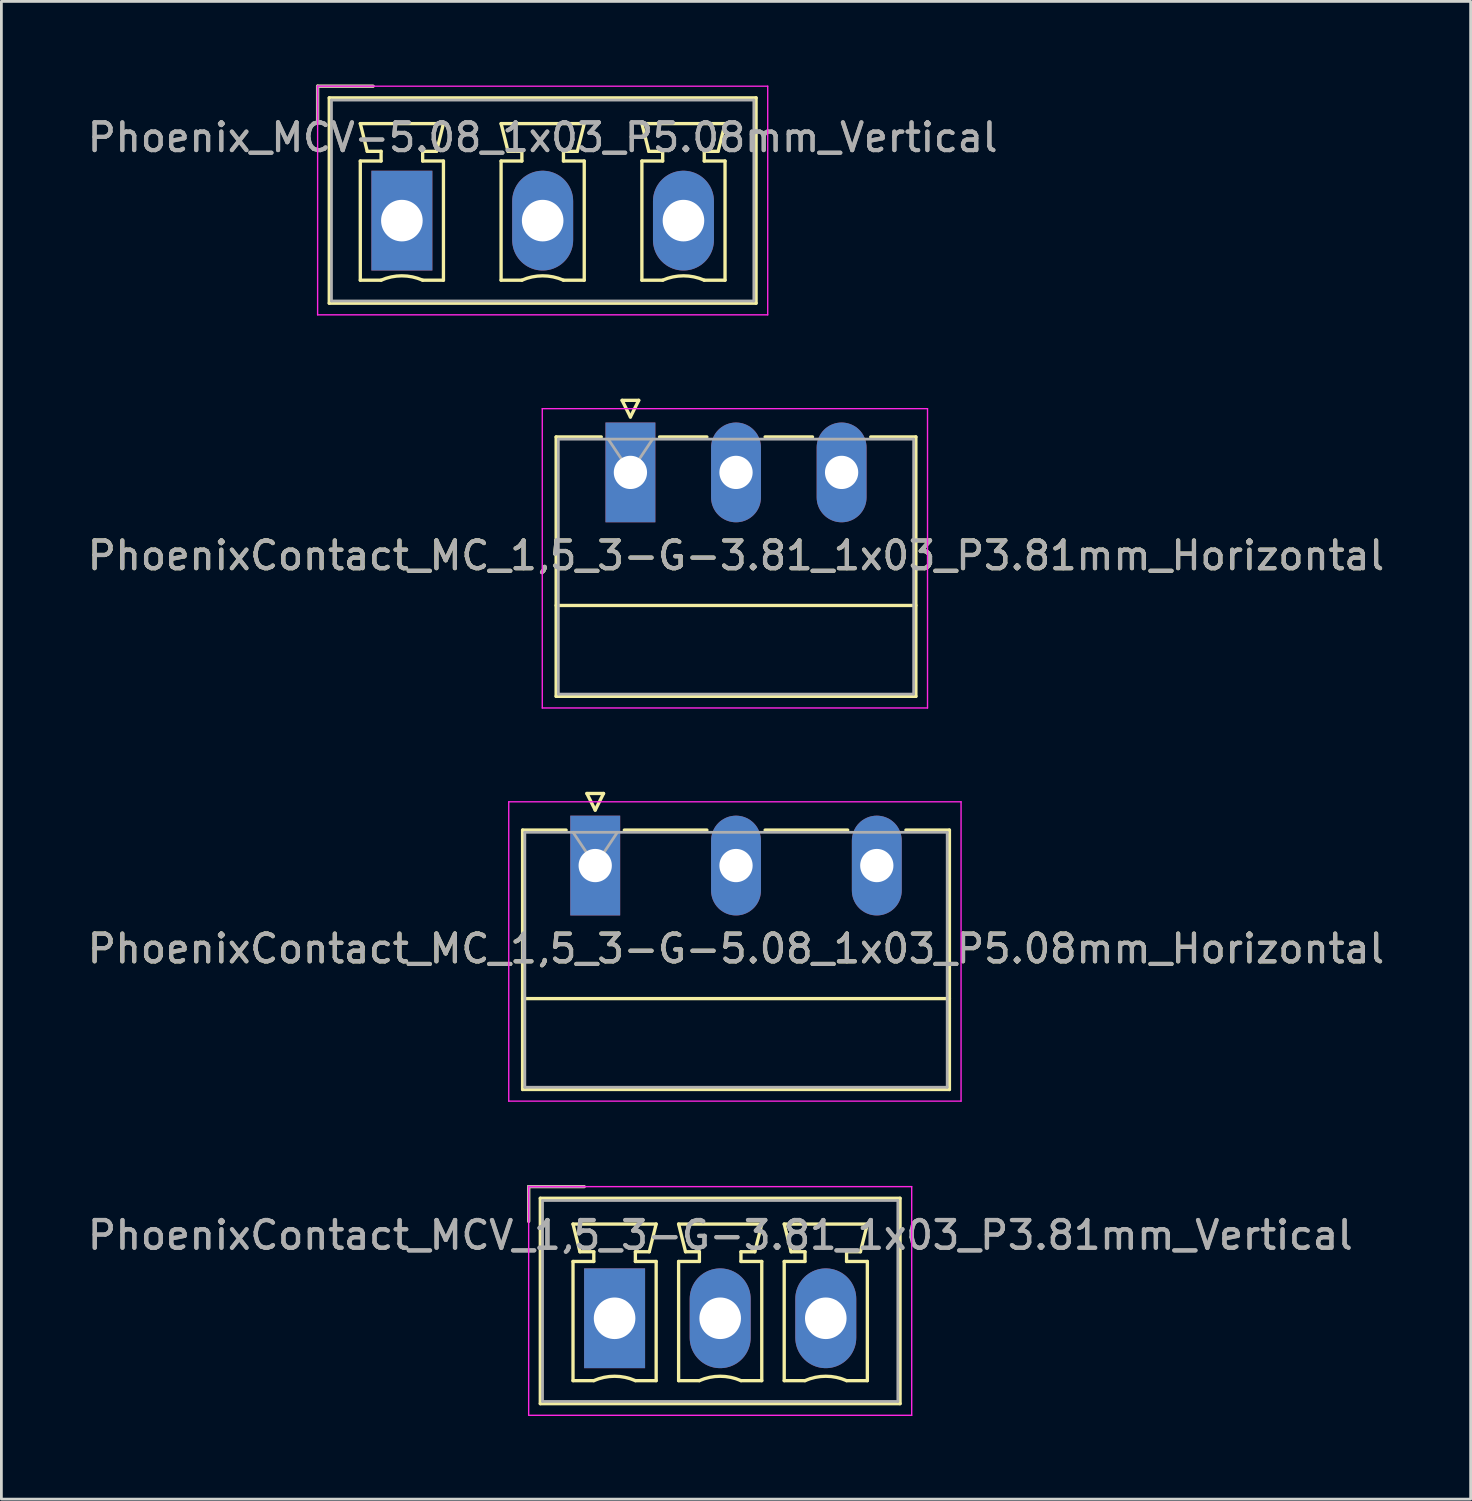
<source format=kicad_pcb>
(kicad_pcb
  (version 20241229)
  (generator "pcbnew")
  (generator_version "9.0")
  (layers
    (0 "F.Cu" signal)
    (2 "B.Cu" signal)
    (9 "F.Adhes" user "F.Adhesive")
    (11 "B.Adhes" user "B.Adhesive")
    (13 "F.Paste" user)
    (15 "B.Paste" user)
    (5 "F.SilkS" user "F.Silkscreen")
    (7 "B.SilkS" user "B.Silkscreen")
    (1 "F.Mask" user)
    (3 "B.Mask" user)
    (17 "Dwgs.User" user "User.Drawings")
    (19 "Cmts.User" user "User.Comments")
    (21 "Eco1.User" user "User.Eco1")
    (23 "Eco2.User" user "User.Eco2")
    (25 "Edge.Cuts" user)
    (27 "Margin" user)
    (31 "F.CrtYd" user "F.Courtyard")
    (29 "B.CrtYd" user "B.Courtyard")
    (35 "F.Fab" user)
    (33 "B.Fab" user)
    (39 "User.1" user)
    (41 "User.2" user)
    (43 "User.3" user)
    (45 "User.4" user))
  (footprint "PhoenixContact_MCV_1,5_3-G-3.81_1x03_P3.81mm_Vertical"
    (layer "F.Cu")
    (at 19.125 44.515)
    (property "Reference" "PhoenixContact_MCV_1,5_3-G-3.81_1x03_P3.81mm_Vertical" (at 3.82 -3 0) (layer "F.Fab") (effects (font (size 1 1) (thickness 0.15))))
    (attr through_hole)
    (fp_line (start -3.1 -4.75) (end -1.1 -4.75) (stroke (width 0.12) (type solid)) (layer "F.SilkS"))
    (fp_line (start -3.1 -3.5) (end -3.1 -4.75) (stroke (width 0.12) (type solid)) (layer "F.SilkS"))
    (fp_line (start -2.68 -4.33) (end -2.68 3.08) (stroke (width 0.12) (type solid)) (layer "F.SilkS"))
    (fp_line (start -2.68 3.08) (end 10.3 3.08) (stroke (width 0.12) (type solid)) (layer "F.SilkS"))
    (fp_line (start -1.5 -3.4) (end 1.5 -3.4) (stroke (width 0.12) (type solid)) (layer "F.SilkS"))
    (fp_line (start -1.5 -2.05) (end -0.75 -2.05) (stroke (width 0.12) (type solid)) (layer "F.SilkS"))
    (fp_line (start -1.5 2.25) (end -1.5 -2.05) (stroke (width 0.12) (type solid)) (layer "F.SilkS"))
    (fp_line (start -1.25 -2.4) (end -1.5 -3.4) (stroke (width 0.12) (type solid)) (layer "F.SilkS"))
    (fp_line (start -0.75 -2.4) (end -1.25 -2.4) (stroke (width 0.12) (type solid)) (layer "F.SilkS"))
    (fp_line (start -0.75 -2.05) (end -0.75 -2.4) (stroke (width 0.12) (type solid)) (layer "F.SilkS"))
    (fp_line (start -0.75 2.25) (end -1.5 2.25) (stroke (width 0.12) (type solid)) (layer "F.SilkS"))
    (fp_line (start 0.75 -2.4) (end 0.75 -2.05) (stroke (width 0.12) (type solid)) (layer "F.SilkS"))
    (fp_line (start 0.75 -2.05) (end 1.5 -2.05) (stroke (width 0.12) (type solid)) (layer "F.SilkS"))
    (fp_line (start 1.25 -2.4) (end 0.75 -2.4) (stroke (width 0.12) (type solid)) (layer "F.SilkS"))
    (fp_line (start 1.5 -3.4) (end 1.25 -2.4) (stroke (width 0.12) (type solid)) (layer "F.SilkS"))
    (fp_line (start 1.5 -2.05) (end 1.5 2.25) (stroke (width 0.12) (type solid)) (layer "F.SilkS"))
    (fp_line (start 1.5 2.25) (end 0.75 2.25) (stroke (width 0.12) (type solid)) (layer "F.SilkS"))
    (fp_line (start 2.31 -3.4) (end 5.31 -3.4) (stroke (width 0.12) (type solid)) (layer "F.SilkS"))
    (fp_line (start 2.31 -2.05) (end 3.06 -2.05) (stroke (width 0.12) (type solid)) (layer "F.SilkS"))
    (fp_line (start 2.31 2.25) (end 2.31 -2.05) (stroke (width 0.12) (type solid)) (layer "F.SilkS"))
    (fp_line (start 2.56 -2.4) (end 2.31 -3.4) (stroke (width 0.12) (type solid)) (layer "F.SilkS"))
    (fp_line (start 3.06 -2.4) (end 2.56 -2.4) (stroke (width 0.12) (type solid)) (layer "F.SilkS"))
    (fp_line (start 3.06 -2.05) (end 3.06 -2.4) (stroke (width 0.12) (type solid)) (layer "F.SilkS"))
    (fp_line (start 3.06 2.25) (end 2.31 2.25) (stroke (width 0.12) (type solid)) (layer "F.SilkS"))
    (fp_line (start 4.56 -2.4) (end 4.56 -2.05) (stroke (width 0.12) (type solid)) (layer "F.SilkS"))
    (fp_line (start 4.56 -2.05) (end 5.31 -2.05) (stroke (width 0.12) (type solid)) (layer "F.SilkS"))
    (fp_line (start 5.06 -2.4) (end 4.56 -2.4) (stroke (width 0.12) (type solid)) (layer "F.SilkS"))
    (fp_line (start 5.31 -3.4) (end 5.06 -2.4) (stroke (width 0.12) (type solid)) (layer "F.SilkS"))
    (fp_line (start 5.31 -2.05) (end 5.31 2.25) (stroke (width 0.12) (type solid)) (layer "F.SilkS"))
    (fp_line (start 5.31 2.25) (end 4.56 2.25) (stroke (width 0.12) (type solid)) (layer "F.SilkS"))
    (fp_line (start 6.12 -3.4) (end 9.12 -3.4) (stroke (width 0.12) (type solid)) (layer "F.SilkS"))
    (fp_line (start 6.12 -2.05) (end 6.87 -2.05) (stroke (width 0.12) (type solid)) (layer "F.SilkS"))
    (fp_line (start 6.12 2.25) (end 6.12 -2.05) (stroke (width 0.12) (type solid)) (layer "F.SilkS"))
    (fp_line (start 6.37 -2.4) (end 6.12 -3.4) (stroke (width 0.12) (type solid)) (layer "F.SilkS"))
    (fp_line (start 6.87 -2.4) (end 6.37 -2.4) (stroke (width 0.12) (type solid)) (layer "F.SilkS"))
    (fp_line (start 6.87 -2.05) (end 6.87 -2.4) (stroke (width 0.12) (type solid)) (layer "F.SilkS"))
    (fp_line (start 6.87 2.25) (end 6.12 2.25) (stroke (width 0.12) (type solid)) (layer "F.SilkS"))
    (fp_line (start 8.37 -2.4) (end 8.37 -2.05) (stroke (width 0.12) (type solid)) (layer "F.SilkS"))
    (fp_line (start 8.37 -2.05) (end 9.12 -2.05) (stroke (width 0.12) (type solid)) (layer "F.SilkS"))
    (fp_line (start 8.87 -2.4) (end 8.37 -2.4) (stroke (width 0.12) (type solid)) (layer "F.SilkS"))
    (fp_line (start 9.12 -3.4) (end 8.87 -2.4) (stroke (width 0.12) (type solid)) (layer "F.SilkS"))
    (fp_line (start 9.12 -2.05) (end 9.12 2.25) (stroke (width 0.12) (type solid)) (layer "F.SilkS"))
    (fp_line (start 9.12 2.25) (end 8.37 2.25) (stroke (width 0.12) (type solid)) (layer "F.SilkS"))
    (fp_line (start 10.3 -4.33) (end -2.68 -4.33) (stroke (width 0.12) (type solid)) (layer "F.SilkS"))
    (fp_line (start 10.3 3.08) (end 10.3 -4.33) (stroke (width 0.12) (type solid)) (layer "F.SilkS"))
    (fp_arc (start -0.75 2.25) (mid -0.000193 2.09191) (end 0.749647 2.249844) (stroke (width 0.12) (type solid)) (layer "F.SilkS"))
    (fp_arc (start 3.06 2.25) (mid 3.809807 2.09191) (end 4.559647 2.249844) (stroke (width 0.12) (type solid)) (layer "F.SilkS"))
    (fp_arc (start 6.87 2.25) (mid 7.619807 2.09191) (end 8.369647 2.249844) (stroke (width 0.12) (type solid)) (layer "F.SilkS"))
    (fp_line (start -3.1 -4.75) (end -3.1 3.5) (stroke (width 0.05) (type solid)) (layer "F.CrtYd"))
    (fp_line (start -3.1 3.5) (end 10.72 3.5) (stroke (width 0.05) (type solid)) (layer "F.CrtYd"))
    (fp_line (start 10.72 -4.75) (end -3.1 -4.75) (stroke (width 0.05) (type solid)) (layer "F.CrtYd"))
    (fp_line (start 10.72 3.5) (end 10.72 -4.75) (stroke (width 0.05) (type solid)) (layer "F.CrtYd"))
    (fp_line (start -3.1 -4.75) (end -1.1 -4.75) (stroke (width 0.1) (type solid)) (layer "F.Fab"))
    (fp_line (start -3.1 -3.5) (end -3.1 -4.75) (stroke (width 0.1) (type solid)) (layer "F.Fab"))
    (fp_line (start -2.6 -4.25) (end -2.6 3) (stroke (width 0.1) (type solid)) (layer "F.Fab"))
    (fp_line (start -2.6 3) (end 10.22 3) (stroke (width 0.1) (type solid)) (layer "F.Fab"))
    (fp_line (start 10.22 -4.25) (end -2.6 -4.25) (stroke (width 0.1) (type solid)) (layer "F.Fab"))
    (fp_line (start 10.22 3) (end 10.22 -4.25) (stroke (width 0.1) (type solid)) (layer "F.Fab"))
    (fp_text user "${REFERENCE}" (at 3.81 -3 0) (layer "F.Fab") (effects (font (size 1 1) (thickness 0.15))))
    (pad "1" thru_hole rect (at 0 0) (size 2.2 3.6) (drill 1.5) (layers "*.Cu" "*.Mask"))
    (pad "2" thru_hole oval (at 3.81 0) (size 2.2 3.6) (drill 1.5) (layers "*.Cu" "*.Mask"))
    (pad "3" thru_hole oval (at 7.62 0) (size 2.2 3.6) (drill 1.5) (layers "*.Cu" "*.Mask")))
  (footprint "PhoenixContact_MC_1,5_3-G-3.81_1x03_P3.81mm_Horizontal"
    (layer "F.Cu")
    (at 19.696 13.995)
    (property "Reference" "PhoenixContact_MC_1,5_3-G-3.81_1x03_P3.81mm_Horizontal" (at 3.81 3 0) (layer "F.SilkS") (effects (font (size 1 1) (thickness 0.15))))
    (attr through_hole)
    (fp_line (start -2.68 -1.28) (end -2.68 8.08) (stroke (width 0.12) (type solid)) (layer "F.SilkS"))
    (fp_line (start -2.68 -1.28) (end -1.05 -1.28) (stroke (width 0.12) (type solid)) (layer "F.SilkS"))
    (fp_line (start -2.68 4.8) (end 10.3 4.8) (stroke (width 0.12) (type solid)) (layer "F.SilkS"))
    (fp_line (start -2.68 8.08) (end 10.3 8.08) (stroke (width 0.12) (type solid)) (layer "F.SilkS"))
    (fp_line (start -0.3 -2.6) (end 0.3 -2.6) (stroke (width 0.12) (type solid)) (layer "F.SilkS"))
    (fp_line (start 0 -2) (end -0.3 -2.6) (stroke (width 0.12) (type solid)) (layer "F.SilkS"))
    (fp_line (start 0.3 -2.6) (end 0 -2) (stroke (width 0.12) (type solid)) (layer "F.SilkS"))
    (fp_line (start 1.05 -1.28) (end 2.76 -1.28) (stroke (width 0.12) (type solid)) (layer "F.SilkS"))
    (fp_line (start 4.86 -1.28) (end 6.57 -1.28) (stroke (width 0.12) (type solid)) (layer "F.SilkS"))
    (fp_line (start 10.3 -1.28) (end 8.67 -1.28) (stroke (width 0.12) (type solid)) (layer "F.SilkS"))
    (fp_line (start 10.3 8.08) (end 10.3 -1.28) (stroke (width 0.12) (type solid)) (layer "F.SilkS"))
    (fp_line (start -3.18 -2.3) (end -3.18 8.5) (stroke (width 0.05) (type solid)) (layer "F.CrtYd"))
    (fp_line (start -3.18 8.5) (end 10.72 8.5) (stroke (width 0.05) (type solid)) (layer "F.CrtYd"))
    (fp_line (start 10.72 -2.3) (end -3.18 -2.3) (stroke (width 0.05) (type solid)) (layer "F.CrtYd"))
    (fp_line (start 10.72 8.5) (end 10.72 -2.3) (stroke (width 0.05) (type solid)) (layer "F.CrtYd"))
    (fp_line (start -2.6 -1.2) (end -2.6 8) (stroke (width 0.1) (type solid)) (layer "F.Fab"))
    (fp_line (start -2.6 8) (end 10.22 8) (stroke (width 0.1) (type solid)) (layer "F.Fab"))
    (fp_line (start 0 0) (end -0.8 -1.2) (stroke (width 0.1) (type solid)) (layer "F.Fab"))
    (fp_line (start 0.8 -1.2) (end 0 0) (stroke (width 0.1) (type solid)) (layer "F.Fab"))
    (fp_line (start 10.22 -1.2) (end -2.6 -1.2) (stroke (width 0.1) (type solid)) (layer "F.Fab"))
    (fp_line (start 10.22 8) (end 10.22 -1.2) (stroke (width 0.1) (type solid)) (layer "F.Fab"))
    (fp_text user "${REFERENCE}" (at 3.81 3 0) (layer "F.Fab") (effects (font (size 1 1) (thickness 0.15))))
    (pad "1" thru_hole rect (at 0 0) (size 1.8 3.6) (drill 1.2) (layers "*.Cu" "*.Mask"))
    (pad "2" thru_hole oval (at 3.81 0) (size 1.8 3.6) (drill 1.2) (layers "*.Cu" "*.Mask"))
    (pad "3" thru_hole oval (at 7.62 0) (size 1.8 3.6) (drill 1.2) (layers "*.Cu" "*.Mask")))
  (footprint "PhoenixContact_MC_1,5_3-G-5.08_1x03_P5.08mm_Horizontal"
    (layer "F.Cu")
    (at 18.426 28.18)
    (property "Reference" "PhoenixContact_MC_1,5_3-G-5.08_1x03_P5.08mm_Horizontal" (at 5.08 3 0) (layer "F.SilkS") (effects (font (size 1 1) (thickness 0.15))))
    (attr through_hole)
    (fp_line (start -2.62 -1.28) (end -2.62 8.08) (stroke (width 0.12) (type solid)) (layer "F.SilkS"))
    (fp_line (start -2.62 -1.28) (end -1.05 -1.28) (stroke (width 0.12) (type solid)) (layer "F.SilkS"))
    (fp_line (start -2.62 4.8) (end 12.78 4.8) (stroke (width 0.12) (type solid)) (layer "F.SilkS"))
    (fp_line (start -2.62 8.08) (end 12.78 8.08) (stroke (width 0.12) (type solid)) (layer "F.SilkS"))
    (fp_line (start -0.3 -2.6) (end 0.3 -2.6) (stroke (width 0.12) (type solid)) (layer "F.SilkS"))
    (fp_line (start 0 -2) (end -0.3 -2.6) (stroke (width 0.12) (type solid)) (layer "F.SilkS"))
    (fp_line (start 0.3 -2.6) (end 0 -2) (stroke (width 0.12) (type solid)) (layer "F.SilkS"))
    (fp_line (start 1.05 -1.28) (end 4.03 -1.28) (stroke (width 0.12) (type solid)) (layer "F.SilkS"))
    (fp_line (start 6.13 -1.28) (end 9.11 -1.28) (stroke (width 0.12) (type solid)) (layer "F.SilkS"))
    (fp_line (start 12.78 -1.28) (end 11.21 -1.28) (stroke (width 0.12) (type solid)) (layer "F.SilkS"))
    (fp_line (start 12.78 8.08) (end 12.78 -1.28) (stroke (width 0.12) (type solid)) (layer "F.SilkS"))
    (fp_line (start -3.12 -2.3) (end -3.12 8.5) (stroke (width 0.05) (type solid)) (layer "F.CrtYd"))
    (fp_line (start -3.12 8.5) (end 13.2 8.5) (stroke (width 0.05) (type solid)) (layer "F.CrtYd"))
    (fp_line (start 13.2 -2.3) (end -3.12 -2.3) (stroke (width 0.05) (type solid)) (layer "F.CrtYd"))
    (fp_line (start 13.2 8.5) (end 13.2 -2.3) (stroke (width 0.05) (type solid)) (layer "F.CrtYd"))
    (fp_line (start -2.54 -1.2) (end -2.54 8) (stroke (width 0.1) (type solid)) (layer "F.Fab"))
    (fp_line (start -2.54 8) (end 12.7 8) (stroke (width 0.1) (type solid)) (layer "F.Fab"))
    (fp_line (start 0 0) (end -0.8 -1.2) (stroke (width 0.1) (type solid)) (layer "F.Fab"))
    (fp_line (start 0.8 -1.2) (end 0 0) (stroke (width 0.1) (type solid)) (layer "F.Fab"))
    (fp_line (start 12.7 -1.2) (end -2.54 -1.2) (stroke (width 0.1) (type solid)) (layer "F.Fab"))
    (fp_line (start 12.7 8) (end 12.7 -1.2) (stroke (width 0.1) (type solid)) (layer "F.Fab"))
    (fp_text user "${REFERENCE}" (at 5.08 3 0) (layer "F.Fab") (effects (font (size 1 1) (thickness 0.15))))
    (pad "1" thru_hole rect (at 0 0) (size 1.8 3.6) (drill 1.2) (layers "*.Cu" "*.Mask"))
    (pad "2" thru_hole oval (at 5.08 0) (size 1.8 3.6) (drill 1.2) (layers "*.Cu" "*.Mask"))
    (pad "3" thru_hole oval (at 10.16 0) (size 1.8 3.6) (drill 1.2) (layers "*.Cu" "*.Mask")))
  (footprint "Phoenix_MCV-5.08_1x03_P5.08mm_Vertical"
    (layer "F.Cu")
    (at 11.45 4.91)
    (property "Reference" "Phoenix_MCV-5.08_1x03_P5.08mm_Vertical" (at 5.08 -3 0) (layer "F.Fab") (effects (font (size 1 1) (thickness 0.15))))
    (attr through_hole)
    (fp_line (start -3.04 -4.85) (end -1.04 -4.85) (stroke (width 0.12) (type solid)) (layer "F.SilkS"))
    (fp_line (start -3.04 -3.6) (end -3.04 -4.85) (stroke (width 0.12) (type solid)) (layer "F.SilkS"))
    (fp_line (start -2.62 -4.43) (end -2.62 2.98) (stroke (width 0.12) (type solid)) (layer "F.SilkS"))
    (fp_line (start -2.62 2.98) (end 12.78 2.98) (stroke (width 0.12) (type solid)) (layer "F.SilkS"))
    (fp_line (start -1.5 -3.5) (end 1.5 -3.5) (stroke (width 0.12) (type solid)) (layer "F.SilkS"))
    (fp_line (start -1.5 -2.15) (end -0.75 -2.15) (stroke (width 0.12) (type solid)) (layer "F.SilkS"))
    (fp_line (start -1.5 2.15) (end -1.5 -2.15) (stroke (width 0.12) (type solid)) (layer "F.SilkS"))
    (fp_line (start -1.25 -2.5) (end -1.5 -3.5) (stroke (width 0.12) (type solid)) (layer "F.SilkS"))
    (fp_line (start -0.75 -2.5) (end -1.25 -2.5) (stroke (width 0.12) (type solid)) (layer "F.SilkS"))
    (fp_line (start -0.75 -2.15) (end -0.75 -2.5) (stroke (width 0.12) (type solid)) (layer "F.SilkS"))
    (fp_line (start -0.75 2.15) (end -1.5 2.15) (stroke (width 0.12) (type solid)) (layer "F.SilkS"))
    (fp_line (start 0.75 -2.5) (end 0.75 -2.15) (stroke (width 0.12) (type solid)) (layer "F.SilkS"))
    (fp_line (start 0.75 -2.15) (end 1.5 -2.15) (stroke (width 0.12) (type solid)) (layer "F.SilkS"))
    (fp_line (start 1.25 -2.5) (end 0.75 -2.5) (stroke (width 0.12) (type solid)) (layer "F.SilkS"))
    (fp_line (start 1.5 -3.5) (end 1.25 -2.5) (stroke (width 0.12) (type solid)) (layer "F.SilkS"))
    (fp_line (start 1.5 -2.15) (end 1.5 2.15) (stroke (width 0.12) (type solid)) (layer "F.SilkS"))
    (fp_line (start 1.5 2.15) (end 0.75 2.15) (stroke (width 0.12) (type solid)) (layer "F.SilkS"))
    (fp_line (start 3.58 -3.5) (end 6.58 -3.5) (stroke (width 0.12) (type solid)) (layer "F.SilkS"))
    (fp_line (start 3.58 -2.15) (end 4.33 -2.15) (stroke (width 0.12) (type solid)) (layer "F.SilkS"))
    (fp_line (start 3.58 2.15) (end 3.58 -2.15) (stroke (width 0.12) (type solid)) (layer "F.SilkS"))
    (fp_line (start 3.83 -2.5) (end 3.58 -3.5) (stroke (width 0.12) (type solid)) (layer "F.SilkS"))
    (fp_line (start 4.33 -2.5) (end 3.83 -2.5) (stroke (width 0.12) (type solid)) (layer "F.SilkS"))
    (fp_line (start 4.33 -2.15) (end 4.33 -2.5) (stroke (width 0.12) (type solid)) (layer "F.SilkS"))
    (fp_line (start 4.33 2.15) (end 3.58 2.15) (stroke (width 0.12) (type solid)) (layer "F.SilkS"))
    (fp_line (start 5.83 -2.5) (end 5.83 -2.15) (stroke (width 0.12) (type solid)) (layer "F.SilkS"))
    (fp_line (start 5.83 -2.15) (end 6.58 -2.15) (stroke (width 0.12) (type solid)) (layer "F.SilkS"))
    (fp_line (start 6.33 -2.5) (end 5.83 -2.5) (stroke (width 0.12) (type solid)) (layer "F.SilkS"))
    (fp_line (start 6.58 -3.5) (end 6.33 -2.5) (stroke (width 0.12) (type solid)) (layer "F.SilkS"))
    (fp_line (start 6.58 -2.15) (end 6.58 2.15) (stroke (width 0.12) (type solid)) (layer "F.SilkS"))
    (fp_line (start 6.58 2.15) (end 5.83 2.15) (stroke (width 0.12) (type solid)) (layer "F.SilkS"))
    (fp_line (start 8.66 -3.5) (end 11.66 -3.5) (stroke (width 0.12) (type solid)) (layer "F.SilkS"))
    (fp_line (start 8.66 -2.15) (end 9.41 -2.15) (stroke (width 0.12) (type solid)) (layer "F.SilkS"))
    (fp_line (start 8.66 2.15) (end 8.66 -2.15) (stroke (width 0.12) (type solid)) (layer "F.SilkS"))
    (fp_line (start 8.91 -2.5) (end 8.66 -3.5) (stroke (width 0.12) (type solid)) (layer "F.SilkS"))
    (fp_line (start 9.41 -2.5) (end 8.91 -2.5) (stroke (width 0.12) (type solid)) (layer "F.SilkS"))
    (fp_line (start 9.41 -2.15) (end 9.41 -2.5) (stroke (width 0.12) (type solid)) (layer "F.SilkS"))
    (fp_line (start 9.41 2.15) (end 8.66 2.15) (stroke (width 0.12) (type solid)) (layer "F.SilkS"))
    (fp_line (start 10.91 -2.5) (end 10.91 -2.15) (stroke (width 0.12) (type solid)) (layer "F.SilkS"))
    (fp_line (start 10.91 -2.15) (end 11.66 -2.15) (stroke (width 0.12) (type solid)) (layer "F.SilkS"))
    (fp_line (start 11.41 -2.5) (end 10.91 -2.5) (stroke (width 0.12) (type solid)) (layer "F.SilkS"))
    (fp_line (start 11.66 -3.5) (end 11.41 -2.5) (stroke (width 0.12) (type solid)) (layer "F.SilkS"))
    (fp_line (start 11.66 -2.15) (end 11.66 2.15) (stroke (width 0.12) (type solid)) (layer "F.SilkS"))
    (fp_line (start 11.66 2.15) (end 10.91 2.15) (stroke (width 0.12) (type solid)) (layer "F.SilkS"))
    (fp_line (start 12.78 -4.43) (end -2.62 -4.43) (stroke (width 0.12) (type solid)) (layer "F.SilkS"))
    (fp_line (start 12.78 2.98) (end 12.78 -4.43) (stroke (width 0.12) (type solid)) (layer "F.SilkS"))
    (fp_arc (start -0.75 2.15) (mid -0.000193 1.99191) (end 0.749647 2.149844) (stroke (width 0.12) (type solid)) (layer "F.SilkS"))
    (fp_arc (start 4.33 2.15) (mid 5.079807 1.99191) (end 5.829647 2.149844) (stroke (width 0.12) (type solid)) (layer "F.SilkS"))
    (fp_arc (start 9.41 2.15) (mid 10.159807 1.99191) (end 10.909647 2.149844) (stroke (width 0.12) (type solid)) (layer "F.SilkS"))
    (fp_line (start -3.04 -4.85) (end -3.04 3.4) (stroke (width 0.05) (type solid)) (layer "F.CrtYd"))
    (fp_line (start -3.04 3.4) (end 13.2 3.4) (stroke (width 0.05) (type solid)) (layer "F.CrtYd"))
    (fp_line (start 13.2 -4.85) (end -3.04 -4.85) (stroke (width 0.05) (type solid)) (layer "F.CrtYd"))
    (fp_line (start 13.2 3.4) (end 13.2 -4.85) (stroke (width 0.05) (type solid)) (layer "F.CrtYd"))
    (fp_line (start -3.04 -4.85) (end -1.04 -4.85) (stroke (width 0.1) (type solid)) (layer "F.Fab"))
    (fp_line (start -3.04 -3.6) (end -3.04 -4.85) (stroke (width 0.1) (type solid)) (layer "F.Fab"))
    (fp_line (start -2.54 -4.35) (end -2.54 2.9) (stroke (width 0.1) (type solid)) (layer "F.Fab"))
    (fp_line (start -2.54 2.9) (end 12.7 2.9) (stroke (width 0.1) (type solid)) (layer "F.Fab"))
    (fp_line (start 12.7 -4.35) (end -2.54 -4.35) (stroke (width 0.1) (type solid)) (layer "F.Fab"))
    (fp_line (start 12.7 2.9) (end 12.7 -4.35) (stroke (width 0.1) (type solid)) (layer "F.Fab"))
    (fp_text user "${REFERENCE}" (at 5.08 -3 0) (layer "F.Fab") (effects (font (size 1 1) (thickness 0.15))))
    (pad "1" thru_hole rect (at 0 0) (size 2.2 3.6) (drill 1.5) (layers "*.Cu" "*.Mask"))
    (pad "2" thru_hole oval (at 5.08 0) (size 2.2 3.6) (drill 1.5) (layers "*.Cu" "*.Mask"))
    (pad "3" thru_hole oval (at 10.16 0) (size 2.2 3.6) (drill 1.5) (layers "*.Cu" "*.Mask")))
  (gr_rect
    (start -3 -3)
    (end 50.012 51.04)
    (stroke (width 0.1) (type default))
    (fill no)
    (layer "Edge.Cuts")))
</source>
